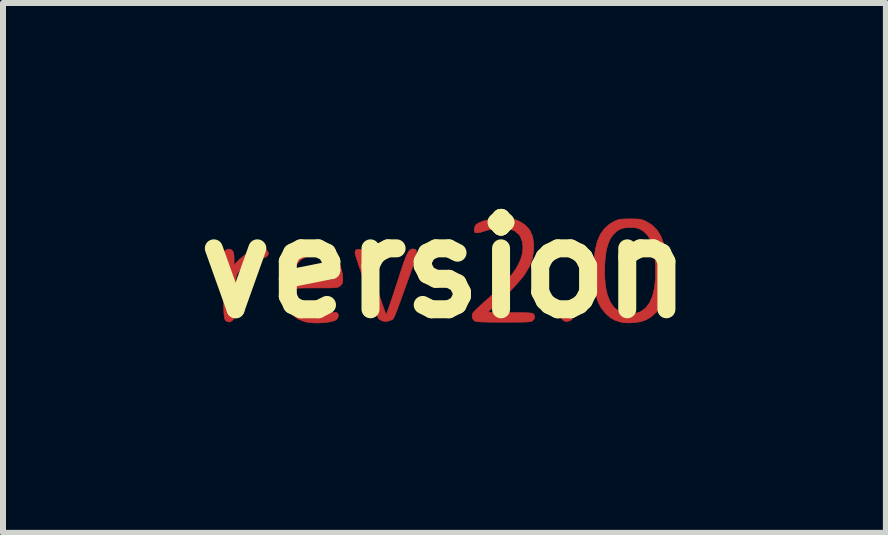
<source format=kicad_pcb>
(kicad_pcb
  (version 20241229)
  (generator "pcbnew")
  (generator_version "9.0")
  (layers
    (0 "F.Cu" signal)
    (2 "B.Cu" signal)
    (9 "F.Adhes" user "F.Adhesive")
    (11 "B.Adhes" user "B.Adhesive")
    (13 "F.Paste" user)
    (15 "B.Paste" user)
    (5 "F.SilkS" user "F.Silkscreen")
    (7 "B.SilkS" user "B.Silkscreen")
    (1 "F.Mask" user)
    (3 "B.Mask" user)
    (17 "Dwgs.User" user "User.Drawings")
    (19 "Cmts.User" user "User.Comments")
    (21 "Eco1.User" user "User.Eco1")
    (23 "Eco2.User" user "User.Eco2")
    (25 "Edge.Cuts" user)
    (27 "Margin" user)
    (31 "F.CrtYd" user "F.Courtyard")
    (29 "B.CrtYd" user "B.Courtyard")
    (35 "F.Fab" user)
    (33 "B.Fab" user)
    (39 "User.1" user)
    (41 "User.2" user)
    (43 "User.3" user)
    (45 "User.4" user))
  (footprint "version"
    (layer "F.Cu")
    (at 4.362 1.418)
    (property "Reference" "version" (at 0 0 0) (layer "F.SilkS") (effects (font (size 1.524 1.524) (thickness 0.3))))
    (attr through_hole)
    (fp_poly (pts (xy 2.086 0.588) (xy 2.119 0.613) (xy 2.132 0.641) (xy 2.14 0.69) (xy 2.144 0.747) (xy 2.142 0.802) (xy 2.135 0.843) (xy 2.131 0.852) (xy 2.1 0.877) (xy 2.054 0.891) (xy 2.011 0.89) (xy 2.008 0.889) (xy 1.97 0.867) (xy 1.948 0.834) (xy 1.939 0.782) (xy 1.94 0.729) (xy 1.944 0.672) (xy 1.954 0.636) (xy 1.971 0.612) (xy 1.986 0.599) (xy 2.037 0.578) (xy 2.086 0.588)) (stroke (width 0.01) (type solid)) (fill yes) (layer "F.Cu"))
    (fp_poly (pts (xy -2.988 -0.31) (xy -2.965 -0.296) (xy -2.964 -0.294) (xy -2.937 -0.254) (xy -2.941 -0.217) (xy -2.972 -0.185) (xy -3.029 -0.163) (xy -3.085 -0.153) (xy -3.203 -0.125) (xy -3.307 -0.071) (xy -3.394 0.007) (xy -3.45 0.087) (xy -3.462 0.111) (xy -3.47 0.136) (xy -3.477 0.169) (xy -3.482 0.213) (xy -3.486 0.274) (xy -3.489 0.356) (xy -3.492 0.463) (xy -3.492 0.498) (xy -3.495 0.611) (xy -3.498 0.697) (xy -3.501 0.76) (xy -3.504 0.804) (xy -3.51 0.833) (xy -3.517 0.852) (xy -3.526 0.864) (xy -3.538 0.875) (xy -3.568 0.897) (xy -3.591 0.902) (xy -3.619 0.894) (xy -3.636 0.887) (xy -3.649 0.877) (xy -3.66 0.861) (xy -3.668 0.835) (xy -3.674 0.797) (xy -3.678 0.744) (xy -3.681 0.671) (xy -3.682 0.577) (xy -3.683 0.458) (xy -3.683 0.311) (xy -3.683 0.285) (xy -3.683 0.138) (xy -3.683 0.019) (xy -3.682 -0.074) (xy -3.68 -0.146) (xy -3.678 -0.199) (xy -3.675 -0.236) (xy -3.67 -0.261) (xy -3.665 -0.277) (xy -3.658 -0.287) (xy -3.654 -0.291) (xy -3.609 -0.315) (xy -3.563 -0.309) (xy -3.535 -0.288) (xy -3.518 -0.257) (xy -3.51 -0.206) (xy -3.508 -0.154) (xy -3.508 -0.05) (xy -3.429 -0.134) (xy -3.327 -0.219) (xy -3.21 -0.279) (xy -3.083 -0.31) (xy -3.078 -0.311) (xy -3.023 -0.315) (xy -2.988 -0.31)) (stroke (width 0.01) (type solid)) (fill yes) (layer "F.Cu"))
    (fp_poly (pts (xy -0.512 -0.315) (xy -0.509 -0.314) (xy -0.488 -0.309) (xy -0.474 -0.297) (xy -0.467 -0.276) (xy -0.468 -0.242) (xy -0.478 -0.193) (xy -0.497 -0.125) (xy -0.525 -0.038) (xy -0.563 0.074) (xy -0.612 0.212) (xy -0.619 0.23) (xy -0.674 0.382) (xy -0.719 0.506) (xy -0.755 0.606) (xy -0.784 0.685) (xy -0.808 0.744) (xy -0.825 0.788) (xy -0.839 0.819) (xy -0.85 0.839) (xy -0.859 0.851) (xy -0.865 0.857) (xy -0.915 0.882) (xy -0.978 0.892) (xy -1.025 0.887) (xy -1.068 0.868) (xy -1.099 0.846) (xy -1.111 0.823) (xy -1.132 0.775) (xy -1.159 0.705) (xy -1.193 0.618) (xy -1.23 0.518) (xy -1.27 0.409) (xy -1.31 0.296) (xy -1.35 0.183) (xy -1.388 0.074) (xy -1.423 -0.027) (xy -1.452 -0.114) (xy -1.474 -0.185) (xy -1.488 -0.234) (xy -1.492 -0.256) (xy -1.485 -0.292) (xy -1.458 -0.31) (xy -1.454 -0.311) (xy -1.407 -0.309) (xy -1.358 -0.289) (xy -1.329 -0.264) (xy -1.322 -0.245) (xy -1.306 -0.199) (xy -1.282 -0.131) (xy -1.252 -0.044) (xy -1.218 0.06) (xy -1.18 0.175) (xy -1.15 0.266) (xy -1.11 0.387) (xy -1.073 0.498) (xy -1.04 0.595) (xy -1.012 0.675) (xy -0.99 0.734) (xy -0.976 0.769) (xy -0.972 0.778) (xy -0.964 0.763) (xy -0.949 0.721) (xy -0.926 0.657) (xy -0.897 0.572) (xy -0.863 0.471) (xy -0.826 0.357) (xy -0.794 0.26) (xy -0.746 0.111) (xy -0.706 -0.01) (xy -0.673 -0.106) (xy -0.645 -0.18) (xy -0.621 -0.235) (xy -0.599 -0.273) (xy -0.579 -0.298) (xy -0.558 -0.311) (xy -0.537 -0.316) (xy -0.512 -0.315)) (stroke (width 0.01) (type solid)) (fill yes) (layer "F.Cu"))
    (fp_poly (pts (xy 3.177 -0.817) (xy 3.236 -0.814) (xy 3.279 -0.808) (xy 3.317 -0.796) (xy 3.357 -0.779) (xy 3.368 -0.773) (xy 3.464 -0.713) (xy 3.543 -0.635) (xy 3.606 -0.536) (xy 3.652 -0.415) (xy 3.683 -0.271) (xy 3.7 -0.1) (xy 3.704 0.048) (xy 3.697 0.237) (xy 3.677 0.399) (xy 3.643 0.536) (xy 3.593 0.65) (xy 3.528 0.743) (xy 3.446 0.816) (xy 3.354 0.869) (xy 3.272 0.896) (xy 3.172 0.912) (xy 3.067 0.917) (xy 2.97 0.91) (xy 2.921 0.899) (xy 2.838 0.87) (xy 2.772 0.833) (xy 2.71 0.78) (xy 2.678 0.748) (xy 2.616 0.67) (xy 2.568 0.581) (xy 2.532 0.478) (xy 2.508 0.356) (xy 2.494 0.212) (xy 2.492 0.146) (xy 2.671 0.146) (xy 2.686 0.314) (xy 2.718 0.457) (xy 2.767 0.574) (xy 2.832 0.664) (xy 2.913 0.727) (xy 2.919 0.73) (xy 2.984 0.752) (xy 3.066 0.762) (xy 3.152 0.76) (xy 3.23 0.746) (xy 3.269 0.731) (xy 3.353 0.67) (xy 3.42 0.583) (xy 3.47 0.469) (xy 3.503 0.329) (xy 3.52 0.162) (xy 3.52 -0.03) (xy 3.519 -0.056) (xy 3.505 -0.216) (xy 3.479 -0.348) (xy 3.442 -0.456) (xy 3.391 -0.541) (xy 3.326 -0.606) (xy 3.287 -0.632) (xy 3.242 -0.655) (xy 3.199 -0.668) (xy 3.146 -0.674) (xy 3.096 -0.674) (xy 3.007 -0.669) (xy 2.939 -0.652) (xy 2.88 -0.617) (xy 2.83 -0.573) (xy 2.776 -0.506) (xy 2.735 -0.422) (xy 2.704 -0.318) (xy 2.683 -0.191) (xy 2.672 -0.047) (xy 2.671 0.146) (xy 2.492 0.146) (xy 2.49 0.04) (xy 2.49 0.04) (xy 2.496 -0.149) (xy 2.516 -0.31) (xy 2.55 -0.446) (xy 2.599 -0.56) (xy 2.664 -0.652) (xy 2.746 -0.726) (xy 2.82 -0.771) (xy 2.863 -0.791) (xy 2.9 -0.805) (xy 2.94 -0.812) (xy 2.991 -0.816) (xy 3.062 -0.818) (xy 3.096 -0.818) (xy 3.177 -0.817)) (stroke (width 0.01) (type solid)) (fill yes) (layer "F.Cu"))
    (fp_poly (pts (xy 1.047 -0.817) (xy 1.109 -0.815) (xy 1.154 -0.81) (xy 1.191 -0.802) (xy 1.226 -0.788) (xy 1.259 -0.772) (xy 1.353 -0.71) (xy 1.423 -0.63) (xy 1.468 -0.529) (xy 1.489 -0.409) (xy 1.488 -0.304) (xy 1.467 -0.164) (xy 1.419 -0.03) (xy 1.347 0.094) (xy 1.299 0.159) (xy 1.232 0.238) (xy 1.152 0.327) (xy 1.063 0.419) (xy 0.972 0.508) (xy 0.883 0.59) (xy 0.859 0.611) (xy 0.806 0.658) (xy 0.764 0.697) (xy 0.737 0.724) (xy 0.73 0.734) (xy 0.745 0.738) (xy 0.788 0.741) (xy 0.853 0.743) (xy 0.937 0.745) (xy 1.036 0.746) (xy 1.103 0.746) (xy 1.221 0.746) (xy 1.312 0.747) (xy 1.378 0.748) (xy 1.425 0.751) (xy 1.456 0.755) (xy 1.475 0.76) (xy 1.486 0.768) (xy 1.492 0.777) (xy 1.507 0.817) (xy 1.498 0.848) (xy 1.476 0.873) (xy 1.466 0.882) (xy 1.452 0.89) (xy 1.432 0.895) (xy 1.401 0.899) (xy 1.356 0.902) (xy 1.293 0.904) (xy 1.21 0.904) (xy 1.101 0.905) (xy 0.988 0.905) (xy 0.852 0.905) (xy 0.744 0.904) (xy 0.661 0.902) (xy 0.599 0.9) (xy 0.555 0.896) (xy 0.525 0.892) (xy 0.505 0.885) (xy 0.496 0.88) (xy 0.467 0.842) (xy 0.461 0.79) (xy 0.47 0.756) (xy 0.485 0.737) (xy 0.519 0.702) (xy 0.569 0.654) (xy 0.629 0.599) (xy 0.664 0.568) (xy 0.815 0.431) (xy 0.942 0.309) (xy 1.047 0.2) (xy 1.131 0.1) (xy 1.196 0.007) (xy 1.245 -0.082) (xy 1.28 -0.169) (xy 1.302 -0.257) (xy 1.309 -0.352) (xy 1.296 -0.445) (xy 1.265 -0.525) (xy 1.242 -0.558) (xy 1.172 -0.617) (xy 1.082 -0.653) (xy 0.974 -0.668) (xy 0.851 -0.661) (xy 0.717 -0.631) (xy 0.679 -0.619) (xy 0.599 -0.594) (xy 0.544 -0.584) (xy 0.51 -0.589) (xy 0.496 -0.61) (xy 0.497 -0.648) (xy 0.499 -0.656) (xy 0.51 -0.696) (xy 0.529 -0.724) (xy 0.563 -0.747) (xy 0.619 -0.771) (xy 0.648 -0.781) (xy 0.7 -0.797) (xy 0.749 -0.808) (xy 0.806 -0.814) (xy 0.879 -0.817) (xy 0.96 -0.817) (xy 1.047 -0.817)) (stroke (width 0.01) (type solid)) (fill yes) (layer "F.Cu"))
    (fp_poly (pts (xy -2.096 -0.327) (xy -2.009 -0.313) (xy -1.944 -0.29) (xy -1.857 -0.227) (xy -1.786 -0.141) (xy -1.735 -0.035) (xy -1.704 0.087) (xy -1.696 0.17) (xy -1.697 0.224) (xy -1.704 0.257) (xy -1.722 0.283) (xy -1.737 0.296) (xy -1.751 0.308) (xy -1.767 0.317) (xy -1.787 0.324) (xy -1.818 0.328) (xy -1.861 0.331) (xy -1.923 0.333) (xy -2.007 0.333) (xy -2.117 0.333) (xy -2.152 0.333) (xy -2.274 0.334) (xy -2.367 0.335) (xy -2.436 0.337) (xy -2.483 0.34) (xy -2.513 0.344) (xy -2.529 0.35) (xy -2.534 0.356) (xy -2.535 0.389) (xy -2.526 0.441) (xy -2.509 0.503) (xy -2.487 0.566) (xy -2.463 0.62) (xy -2.451 0.64) (xy -2.389 0.706) (xy -2.303 0.751) (xy -2.194 0.775) (xy -2.107 0.78) (xy -2.033 0.777) (xy -1.961 0.769) (xy -1.904 0.757) (xy -1.899 0.756) (xy -1.851 0.744) (xy -1.813 0.739) (xy -1.801 0.741) (xy -1.775 0.765) (xy -1.769 0.801) (xy -1.782 0.84) (xy -1.813 0.869) (xy -1.815 0.871) (xy -1.881 0.893) (xy -1.969 0.909) (xy -2.069 0.917) (xy -2.173 0.917) (xy -2.269 0.908) (xy -2.334 0.896) (xy -2.446 0.85) (xy -2.542 0.78) (xy -2.619 0.688) (xy -2.671 0.58) (xy -2.675 0.567) (xy -2.702 0.439) (xy -2.711 0.3) (xy -2.705 0.173) (xy -2.533 0.173) (xy -2.53 0.194) (xy -2.512 0.198) (xy -2.468 0.202) (xy -2.404 0.204) (xy -2.326 0.206) (xy -2.24 0.206) (xy -2.15 0.206) (xy -2.064 0.205) (xy -1.987 0.203) (xy -1.924 0.2) (xy -1.882 0.196) (xy -1.866 0.192) (xy -1.863 0.165) (xy -1.869 0.117) (xy -1.882 0.058) (xy -1.899 -0.002) (xy -1.92 -0.055) (xy -1.93 -0.074) (xy -1.984 -0.137) (xy -2.056 -0.18) (xy -2.14 -0.203) (xy -2.228 -0.204) (xy -2.314 -0.182) (xy -2.392 -0.138) (xy -2.41 -0.122) (xy -2.443 -0.085) (xy -2.474 -0.036) (xy -2.479 -0.027) (xy -2.498 0.019) (xy -2.515 0.075) (xy -2.527 0.13) (xy -2.533 0.173) (xy -2.705 0.173) (xy -2.704 0.159) (xy -2.68 0.027) (xy -2.648 -0.068) (xy -2.598 -0.15) (xy -2.525 -0.224) (xy -2.439 -0.282) (xy -2.369 -0.311) (xy -2.286 -0.327) (xy -2.192 -0.332) (xy -2.096 -0.327)) (stroke (width 0.01) (type solid)) (fill yes) (layer "F.Cu"))
    (fp_poly (pts (xy 2.086 0.588) (xy 2.119 0.613) (xy 2.132 0.641) (xy 2.14 0.69) (xy 2.144 0.747) (xy 2.142 0.802) (xy 2.135 0.843) (xy 2.131 0.852) (xy 2.1 0.877) (xy 2.054 0.891) (xy 2.011 0.89) (xy 2.008 0.889) (xy 1.97 0.867) (xy 1.948 0.834) (xy 1.939 0.782) (xy 1.94 0.729) (xy 1.944 0.672) (xy 1.954 0.636) (xy 1.971 0.612) (xy 1.986 0.599) (xy 2.037 0.578) (xy 2.086 0.588)) (stroke (width 0.01) (type solid)) (fill yes) (layer "F.Mask"))
    (fp_poly (pts (xy -2.988 -0.31) (xy -2.965 -0.296) (xy -2.964 -0.294) (xy -2.937 -0.254) (xy -2.941 -0.217) (xy -2.972 -0.185) (xy -3.029 -0.163) (xy -3.085 -0.153) (xy -3.203 -0.125) (xy -3.307 -0.071) (xy -3.394 0.007) (xy -3.45 0.087) (xy -3.462 0.111) (xy -3.47 0.136) (xy -3.477 0.169) (xy -3.482 0.213) (xy -3.486 0.274) (xy -3.489 0.356) (xy -3.492 0.463) (xy -3.492 0.498) (xy -3.495 0.611) (xy -3.498 0.697) (xy -3.501 0.76) (xy -3.504 0.804) (xy -3.51 0.833) (xy -3.517 0.852) (xy -3.526 0.864) (xy -3.538 0.875) (xy -3.568 0.897) (xy -3.591 0.902) (xy -3.619 0.894) (xy -3.636 0.887) (xy -3.649 0.877) (xy -3.66 0.861) (xy -3.668 0.835) (xy -3.674 0.797) (xy -3.678 0.744) (xy -3.681 0.671) (xy -3.682 0.577) (xy -3.683 0.458) (xy -3.683 0.311) (xy -3.683 0.285) (xy -3.683 0.138) (xy -3.683 0.019) (xy -3.682 -0.074) (xy -3.68 -0.146) (xy -3.678 -0.199) (xy -3.675 -0.236) (xy -3.67 -0.261) (xy -3.665 -0.277) (xy -3.658 -0.287) (xy -3.654 -0.291) (xy -3.609 -0.315) (xy -3.563 -0.309) (xy -3.535 -0.288) (xy -3.518 -0.257) (xy -3.51 -0.206) (xy -3.508 -0.154) (xy -3.508 -0.05) (xy -3.429 -0.134) (xy -3.327 -0.219) (xy -3.21 -0.279) (xy -3.083 -0.31) (xy -3.078 -0.311) (xy -3.023 -0.315) (xy -2.988 -0.31)) (stroke (width 0.01) (type solid)) (fill yes) (layer "F.Mask"))
    (fp_poly (pts (xy -0.512 -0.315) (xy -0.509 -0.314) (xy -0.488 -0.309) (xy -0.474 -0.297) (xy -0.467 -0.276) (xy -0.468 -0.242) (xy -0.478 -0.193) (xy -0.497 -0.125) (xy -0.525 -0.038) (xy -0.563 0.074) (xy -0.612 0.212) (xy -0.619 0.23) (xy -0.674 0.382) (xy -0.719 0.506) (xy -0.755 0.606) (xy -0.784 0.685) (xy -0.808 0.744) (xy -0.825 0.788) (xy -0.839 0.819) (xy -0.85 0.839) (xy -0.859 0.851) (xy -0.865 0.857) (xy -0.915 0.882) (xy -0.978 0.892) (xy -1.025 0.887) (xy -1.068 0.868) (xy -1.099 0.846) (xy -1.111 0.823) (xy -1.132 0.775) (xy -1.159 0.705) (xy -1.193 0.618) (xy -1.23 0.518) (xy -1.27 0.409) (xy -1.31 0.296) (xy -1.35 0.183) (xy -1.388 0.074) (xy -1.423 -0.027) (xy -1.452 -0.114) (xy -1.474 -0.185) (xy -1.488 -0.234) (xy -1.492 -0.256) (xy -1.485 -0.292) (xy -1.458 -0.31) (xy -1.454 -0.311) (xy -1.407 -0.309) (xy -1.358 -0.289) (xy -1.329 -0.264) (xy -1.322 -0.245) (xy -1.306 -0.199) (xy -1.282 -0.131) (xy -1.252 -0.044) (xy -1.218 0.06) (xy -1.18 0.175) (xy -1.15 0.266) (xy -1.11 0.387) (xy -1.073 0.498) (xy -1.04 0.595) (xy -1.012 0.675) (xy -0.99 0.734) (xy -0.976 0.769) (xy -0.972 0.778) (xy -0.964 0.763) (xy -0.949 0.721) (xy -0.926 0.657) (xy -0.897 0.572) (xy -0.863 0.471) (xy -0.826 0.357) (xy -0.794 0.26) (xy -0.746 0.111) (xy -0.706 -0.01) (xy -0.673 -0.106) (xy -0.645 -0.18) (xy -0.621 -0.235) (xy -0.599 -0.273) (xy -0.579 -0.298) (xy -0.558 -0.311) (xy -0.537 -0.316) (xy -0.512 -0.315)) (stroke (width 0.01) (type solid)) (fill yes) (layer "F.Mask"))
    (fp_poly (pts (xy 3.177 -0.817) (xy 3.236 -0.814) (xy 3.279 -0.808) (xy 3.317 -0.796) (xy 3.357 -0.779) (xy 3.368 -0.773) (xy 3.464 -0.713) (xy 3.543 -0.635) (xy 3.606 -0.536) (xy 3.652 -0.415) (xy 3.683 -0.271) (xy 3.7 -0.1) (xy 3.704 0.048) (xy 3.697 0.237) (xy 3.677 0.399) (xy 3.643 0.536) (xy 3.593 0.65) (xy 3.528 0.743) (xy 3.446 0.816) (xy 3.354 0.869) (xy 3.272 0.896) (xy 3.172 0.912) (xy 3.067 0.917) (xy 2.97 0.91) (xy 2.921 0.899) (xy 2.838 0.87) (xy 2.772 0.833) (xy 2.71 0.78) (xy 2.678 0.748) (xy 2.616 0.67) (xy 2.568 0.581) (xy 2.532 0.478) (xy 2.508 0.356) (xy 2.494 0.212) (xy 2.492 0.146) (xy 2.671 0.146) (xy 2.686 0.314) (xy 2.718 0.457) (xy 2.767 0.574) (xy 2.832 0.664) (xy 2.913 0.727) (xy 2.919 0.73) (xy 2.984 0.752) (xy 3.066 0.762) (xy 3.152 0.76) (xy 3.23 0.746) (xy 3.269 0.731) (xy 3.353 0.67) (xy 3.42 0.583) (xy 3.47 0.469) (xy 3.503 0.329) (xy 3.52 0.162) (xy 3.52 -0.03) (xy 3.519 -0.056) (xy 3.505 -0.216) (xy 3.479 -0.348) (xy 3.442 -0.456) (xy 3.391 -0.541) (xy 3.326 -0.606) (xy 3.287 -0.632) (xy 3.242 -0.655) (xy 3.199 -0.668) (xy 3.146 -0.674) (xy 3.096 -0.674) (xy 3.007 -0.669) (xy 2.939 -0.652) (xy 2.88 -0.617) (xy 2.83 -0.573) (xy 2.776 -0.506) (xy 2.735 -0.422) (xy 2.704 -0.318) (xy 2.683 -0.191) (xy 2.672 -0.047) (xy 2.671 0.146) (xy 2.492 0.146) (xy 2.49 0.04) (xy 2.49 0.04) (xy 2.496 -0.149) (xy 2.516 -0.31) (xy 2.55 -0.446) (xy 2.599 -0.56) (xy 2.664 -0.652) (xy 2.746 -0.726) (xy 2.82 -0.771) (xy 2.863 -0.791) (xy 2.9 -0.805) (xy 2.94 -0.812) (xy 2.991 -0.816) (xy 3.062 -0.818) (xy 3.096 -0.818) (xy 3.177 -0.817)) (stroke (width 0.01) (type solid)) (fill yes) (layer "F.Mask"))
    (fp_poly (pts (xy 1.047 -0.817) (xy 1.109 -0.815) (xy 1.154 -0.81) (xy 1.191 -0.802) (xy 1.226 -0.788) (xy 1.259 -0.772) (xy 1.353 -0.71) (xy 1.423 -0.63) (xy 1.468 -0.529) (xy 1.489 -0.409) (xy 1.488 -0.304) (xy 1.467 -0.164) (xy 1.419 -0.03) (xy 1.347 0.094) (xy 1.299 0.159) (xy 1.232 0.238) (xy 1.152 0.327) (xy 1.063 0.419) (xy 0.972 0.508) (xy 0.883 0.59) (xy 0.859 0.611) (xy 0.806 0.658) (xy 0.764 0.697) (xy 0.737 0.724) (xy 0.73 0.734) (xy 0.745 0.738) (xy 0.788 0.741) (xy 0.853 0.743) (xy 0.937 0.745) (xy 1.036 0.746) (xy 1.103 0.746) (xy 1.221 0.746) (xy 1.312 0.747) (xy 1.378 0.748) (xy 1.425 0.751) (xy 1.456 0.755) (xy 1.475 0.76) (xy 1.486 0.768) (xy 1.492 0.777) (xy 1.507 0.817) (xy 1.498 0.848) (xy 1.476 0.873) (xy 1.466 0.882) (xy 1.452 0.89) (xy 1.432 0.895) (xy 1.401 0.899) (xy 1.356 0.902) (xy 1.293 0.904) (xy 1.21 0.904) (xy 1.101 0.905) (xy 0.988 0.905) (xy 0.852 0.905) (xy 0.744 0.904) (xy 0.661 0.902) (xy 0.599 0.9) (xy 0.555 0.896) (xy 0.525 0.892) (xy 0.505 0.885) (xy 0.496 0.88) (xy 0.467 0.842) (xy 0.461 0.79) (xy 0.47 0.756) (xy 0.485 0.737) (xy 0.519 0.702) (xy 0.569 0.654) (xy 0.629 0.599) (xy 0.664 0.568) (xy 0.815 0.431) (xy 0.942 0.309) (xy 1.047 0.2) (xy 1.131 0.1) (xy 1.196 0.007) (xy 1.245 -0.082) (xy 1.28 -0.169) (xy 1.302 -0.257) (xy 1.309 -0.352) (xy 1.296 -0.445) (xy 1.265 -0.525) (xy 1.242 -0.558) (xy 1.172 -0.617) (xy 1.082 -0.653) (xy 0.974 -0.668) (xy 0.851 -0.661) (xy 0.717 -0.631) (xy 0.679 -0.619) (xy 0.599 -0.594) (xy 0.544 -0.584) (xy 0.51 -0.589) (xy 0.496 -0.61) (xy 0.497 -0.648) (xy 0.499 -0.656) (xy 0.51 -0.696) (xy 0.529 -0.724) (xy 0.563 -0.747) (xy 0.619 -0.771) (xy 0.648 -0.781) (xy 0.7 -0.797) (xy 0.749 -0.808) (xy 0.806 -0.814) (xy 0.879 -0.817) (xy 0.96 -0.817) (xy 1.047 -0.817)) (stroke (width 0.01) (type solid)) (fill yes) (layer "F.Mask"))
    (fp_poly (pts (xy -2.096 -0.327) (xy -2.009 -0.313) (xy -1.944 -0.29) (xy -1.857 -0.227) (xy -1.786 -0.141) (xy -1.735 -0.035) (xy -1.704 0.087) (xy -1.696 0.17) (xy -1.697 0.224) (xy -1.704 0.257) (xy -1.722 0.283) (xy -1.737 0.296) (xy -1.751 0.308) (xy -1.767 0.317) (xy -1.787 0.324) (xy -1.818 0.328) (xy -1.861 0.331) (xy -1.923 0.333) (xy -2.007 0.333) (xy -2.117 0.333) (xy -2.152 0.333) (xy -2.274 0.334) (xy -2.367 0.335) (xy -2.436 0.337) (xy -2.483 0.34) (xy -2.513 0.344) (xy -2.529 0.35) (xy -2.534 0.356) (xy -2.535 0.389) (xy -2.526 0.441) (xy -2.509 0.503) (xy -2.487 0.566) (xy -2.463 0.62) (xy -2.451 0.64) (xy -2.389 0.706) (xy -2.303 0.751) (xy -2.194 0.775) (xy -2.107 0.78) (xy -2.033 0.777) (xy -1.961 0.769) (xy -1.904 0.757) (xy -1.899 0.756) (xy -1.851 0.744) (xy -1.813 0.739) (xy -1.801 0.741) (xy -1.775 0.765) (xy -1.769 0.801) (xy -1.782 0.84) (xy -1.813 0.869) (xy -1.815 0.871) (xy -1.881 0.893) (xy -1.969 0.909) (xy -2.069 0.917) (xy -2.173 0.917) (xy -2.269 0.908) (xy -2.334 0.896) (xy -2.446 0.85) (xy -2.542 0.78) (xy -2.619 0.688) (xy -2.671 0.58) (xy -2.675 0.567) (xy -2.702 0.439) (xy -2.711 0.3) (xy -2.705 0.173) (xy -2.533 0.173) (xy -2.53 0.194) (xy -2.512 0.198) (xy -2.468 0.202) (xy -2.404 0.204) (xy -2.326 0.206) (xy -2.24 0.206) (xy -2.15 0.206) (xy -2.064 0.205) (xy -1.987 0.203) (xy -1.924 0.2) (xy -1.882 0.196) (xy -1.866 0.192) (xy -1.863 0.165) (xy -1.869 0.117) (xy -1.882 0.058) (xy -1.899 -0.002) (xy -1.92 -0.055) (xy -1.93 -0.074) (xy -1.984 -0.137) (xy -2.056 -0.18) (xy -2.14 -0.203) (xy -2.228 -0.204) (xy -2.314 -0.182) (xy -2.392 -0.138) (xy -2.41 -0.122) (xy -2.443 -0.085) (xy -2.474 -0.036) (xy -2.479 -0.027) (xy -2.498 0.019) (xy -2.515 0.075) (xy -2.527 0.13) (xy -2.533 0.173) (xy -2.705 0.173) (xy -2.704 0.159) (xy -2.68 0.027) (xy -2.648 -0.068) (xy -2.598 -0.15) (xy -2.525 -0.224) (xy -2.439 -0.282) (xy -2.369 -0.311) (xy -2.286 -0.327) (xy -2.192 -0.332) (xy -2.096 -0.327)) (stroke (width 0.01) (type solid)) (fill yes) (layer "F.Mask"))
    (fp_poly (pts (xy 2.086 0.588) (xy 2.119 0.613) (xy 2.132 0.641) (xy 2.14 0.69) (xy 2.144 0.747) (xy 2.142 0.802) (xy 2.135 0.843) (xy 2.131 0.852) (xy 2.1 0.877) (xy 2.054 0.891) (xy 2.011 0.89) (xy 2.008 0.889) (xy 1.97 0.867) (xy 1.948 0.834) (xy 1.939 0.782) (xy 1.94 0.729) (xy 1.944 0.672) (xy 1.954 0.636) (xy 1.971 0.612) (xy 1.986 0.599) (xy 2.037 0.578) (xy 2.086 0.588)) (stroke (width 0.01) (type solid)) (fill yes) (layer "F.Paste"))
    (fp_poly (pts (xy -2.988 -0.31) (xy -2.965 -0.296) (xy -2.964 -0.294) (xy -2.937 -0.254) (xy -2.941 -0.217) (xy -2.972 -0.185) (xy -3.029 -0.163) (xy -3.085 -0.153) (xy -3.203 -0.125) (xy -3.307 -0.071) (xy -3.394 0.007) (xy -3.45 0.087) (xy -3.462 0.111) (xy -3.47 0.136) (xy -3.477 0.169) (xy -3.482 0.213) (xy -3.486 0.274) (xy -3.489 0.356) (xy -3.492 0.463) (xy -3.492 0.498) (xy -3.495 0.611) (xy -3.498 0.697) (xy -3.501 0.76) (xy -3.504 0.804) (xy -3.51 0.833) (xy -3.517 0.852) (xy -3.526 0.864) (xy -3.538 0.875) (xy -3.568 0.897) (xy -3.591 0.902) (xy -3.619 0.894) (xy -3.636 0.887) (xy -3.649 0.877) (xy -3.66 0.861) (xy -3.668 0.835) (xy -3.674 0.797) (xy -3.678 0.744) (xy -3.681 0.671) (xy -3.682 0.577) (xy -3.683 0.458) (xy -3.683 0.311) (xy -3.683 0.285) (xy -3.683 0.138) (xy -3.683 0.019) (xy -3.682 -0.074) (xy -3.68 -0.146) (xy -3.678 -0.199) (xy -3.675 -0.236) (xy -3.67 -0.261) (xy -3.665 -0.277) (xy -3.658 -0.287) (xy -3.654 -0.291) (xy -3.609 -0.315) (xy -3.563 -0.309) (xy -3.535 -0.288) (xy -3.518 -0.257) (xy -3.51 -0.206) (xy -3.508 -0.154) (xy -3.508 -0.05) (xy -3.429 -0.134) (xy -3.327 -0.219) (xy -3.21 -0.279) (xy -3.083 -0.31) (xy -3.078 -0.311) (xy -3.023 -0.315) (xy -2.988 -0.31)) (stroke (width 0.01) (type solid)) (fill yes) (layer "F.Paste"))
    (fp_poly (pts (xy -0.512 -0.315) (xy -0.509 -0.314) (xy -0.488 -0.309) (xy -0.474 -0.297) (xy -0.467 -0.276) (xy -0.468 -0.242) (xy -0.478 -0.193) (xy -0.497 -0.125) (xy -0.525 -0.038) (xy -0.563 0.074) (xy -0.612 0.212) (xy -0.619 0.23) (xy -0.674 0.382) (xy -0.719 0.506) (xy -0.755 0.606) (xy -0.784 0.685) (xy -0.808 0.744) (xy -0.825 0.788) (xy -0.839 0.819) (xy -0.85 0.839) (xy -0.859 0.851) (xy -0.865 0.857) (xy -0.915 0.882) (xy -0.978 0.892) (xy -1.025 0.887) (xy -1.068 0.868) (xy -1.099 0.846) (xy -1.111 0.823) (xy -1.132 0.775) (xy -1.159 0.705) (xy -1.193 0.618) (xy -1.23 0.518) (xy -1.27 0.409) (xy -1.31 0.296) (xy -1.35 0.183) (xy -1.388 0.074) (xy -1.423 -0.027) (xy -1.452 -0.114) (xy -1.474 -0.185) (xy -1.488 -0.234) (xy -1.492 -0.256) (xy -1.485 -0.292) (xy -1.458 -0.31) (xy -1.454 -0.311) (xy -1.407 -0.309) (xy -1.358 -0.289) (xy -1.329 -0.264) (xy -1.322 -0.245) (xy -1.306 -0.199) (xy -1.282 -0.131) (xy -1.252 -0.044) (xy -1.218 0.06) (xy -1.18 0.175) (xy -1.15 0.266) (xy -1.11 0.387) (xy -1.073 0.498) (xy -1.04 0.595) (xy -1.012 0.675) (xy -0.99 0.734) (xy -0.976 0.769) (xy -0.972 0.778) (xy -0.964 0.763) (xy -0.949 0.721) (xy -0.926 0.657) (xy -0.897 0.572) (xy -0.863 0.471) (xy -0.826 0.357) (xy -0.794 0.26) (xy -0.746 0.111) (xy -0.706 -0.01) (xy -0.673 -0.106) (xy -0.645 -0.18) (xy -0.621 -0.235) (xy -0.599 -0.273) (xy -0.579 -0.298) (xy -0.558 -0.311) (xy -0.537 -0.316) (xy -0.512 -0.315)) (stroke (width 0.01) (type solid)) (fill yes) (layer "F.Paste"))
    (fp_poly (pts (xy 3.177 -0.817) (xy 3.236 -0.814) (xy 3.279 -0.808) (xy 3.317 -0.796) (xy 3.357 -0.779) (xy 3.368 -0.773) (xy 3.464 -0.713) (xy 3.543 -0.635) (xy 3.606 -0.536) (xy 3.652 -0.415) (xy 3.683 -0.271) (xy 3.7 -0.1) (xy 3.704 0.048) (xy 3.697 0.237) (xy 3.677 0.399) (xy 3.643 0.536) (xy 3.593 0.65) (xy 3.528 0.743) (xy 3.446 0.816) (xy 3.354 0.869) (xy 3.272 0.896) (xy 3.172 0.912) (xy 3.067 0.917) (xy 2.97 0.91) (xy 2.921 0.899) (xy 2.838 0.87) (xy 2.772 0.833) (xy 2.71 0.78) (xy 2.678 0.748) (xy 2.616 0.67) (xy 2.568 0.581) (xy 2.532 0.478) (xy 2.508 0.356) (xy 2.494 0.212) (xy 2.492 0.146) (xy 2.671 0.146) (xy 2.686 0.314) (xy 2.718 0.457) (xy 2.767 0.574) (xy 2.832 0.664) (xy 2.913 0.727) (xy 2.919 0.73) (xy 2.984 0.752) (xy 3.066 0.762) (xy 3.152 0.76) (xy 3.23 0.746) (xy 3.269 0.731) (xy 3.353 0.67) (xy 3.42 0.583) (xy 3.47 0.469) (xy 3.503 0.329) (xy 3.52 0.162) (xy 3.52 -0.03) (xy 3.519 -0.056) (xy 3.505 -0.216) (xy 3.479 -0.348) (xy 3.442 -0.456) (xy 3.391 -0.541) (xy 3.326 -0.606) (xy 3.287 -0.632) (xy 3.242 -0.655) (xy 3.199 -0.668) (xy 3.146 -0.674) (xy 3.096 -0.674) (xy 3.007 -0.669) (xy 2.939 -0.652) (xy 2.88 -0.617) (xy 2.83 -0.573) (xy 2.776 -0.506) (xy 2.735 -0.422) (xy 2.704 -0.318) (xy 2.683 -0.191) (xy 2.672 -0.047) (xy 2.671 0.146) (xy 2.492 0.146) (xy 2.49 0.04) (xy 2.49 0.04) (xy 2.496 -0.149) (xy 2.516 -0.31) (xy 2.55 -0.446) (xy 2.599 -0.56) (xy 2.664 -0.652) (xy 2.746 -0.726) (xy 2.82 -0.771) (xy 2.863 -0.791) (xy 2.9 -0.805) (xy 2.94 -0.812) (xy 2.991 -0.816) (xy 3.062 -0.818) (xy 3.096 -0.818) (xy 3.177 -0.817)) (stroke (width 0.01) (type solid)) (fill yes) (layer "F.Paste"))
    (fp_poly (pts (xy 1.047 -0.817) (xy 1.109 -0.815) (xy 1.154 -0.81) (xy 1.191 -0.802) (xy 1.226 -0.788) (xy 1.259 -0.772) (xy 1.353 -0.71) (xy 1.423 -0.63) (xy 1.468 -0.529) (xy 1.489 -0.409) (xy 1.488 -0.304) (xy 1.467 -0.164) (xy 1.419 -0.03) (xy 1.347 0.094) (xy 1.299 0.159) (xy 1.232 0.238) (xy 1.152 0.327) (xy 1.063 0.419) (xy 0.972 0.508) (xy 0.883 0.59) (xy 0.859 0.611) (xy 0.806 0.658) (xy 0.764 0.697) (xy 0.737 0.724) (xy 0.73 0.734) (xy 0.745 0.738) (xy 0.788 0.741) (xy 0.853 0.743) (xy 0.937 0.745) (xy 1.036 0.746) (xy 1.103 0.746) (xy 1.221 0.746) (xy 1.312 0.747) (xy 1.378 0.748) (xy 1.425 0.751) (xy 1.456 0.755) (xy 1.475 0.76) (xy 1.486 0.768) (xy 1.492 0.777) (xy 1.507 0.817) (xy 1.498 0.848) (xy 1.476 0.873) (xy 1.466 0.882) (xy 1.452 0.89) (xy 1.432 0.895) (xy 1.401 0.899) (xy 1.356 0.902) (xy 1.293 0.904) (xy 1.21 0.904) (xy 1.101 0.905) (xy 0.988 0.905) (xy 0.852 0.905) (xy 0.744 0.904) (xy 0.661 0.902) (xy 0.599 0.9) (xy 0.555 0.896) (xy 0.525 0.892) (xy 0.505 0.885) (xy 0.496 0.88) (xy 0.467 0.842) (xy 0.461 0.79) (xy 0.47 0.756) (xy 0.485 0.737) (xy 0.519 0.702) (xy 0.569 0.654) (xy 0.629 0.599) (xy 0.664 0.568) (xy 0.815 0.431) (xy 0.942 0.309) (xy 1.047 0.2) (xy 1.131 0.1) (xy 1.196 0.007) (xy 1.245 -0.082) (xy 1.28 -0.169) (xy 1.302 -0.257) (xy 1.309 -0.352) (xy 1.296 -0.445) (xy 1.265 -0.525) (xy 1.242 -0.558) (xy 1.172 -0.617) (xy 1.082 -0.653) (xy 0.974 -0.668) (xy 0.851 -0.661) (xy 0.717 -0.631) (xy 0.679 -0.619) (xy 0.599 -0.594) (xy 0.544 -0.584) (xy 0.51 -0.589) (xy 0.496 -0.61) (xy 0.497 -0.648) (xy 0.499 -0.656) (xy 0.51 -0.696) (xy 0.529 -0.724) (xy 0.563 -0.747) (xy 0.619 -0.771) (xy 0.648 -0.781) (xy 0.7 -0.797) (xy 0.749 -0.808) (xy 0.806 -0.814) (xy 0.879 -0.817) (xy 0.96 -0.817) (xy 1.047 -0.817)) (stroke (width 0.01) (type solid)) (fill yes) (layer "F.Paste"))
    (fp_poly (pts (xy -2.096 -0.327) (xy -2.009 -0.313) (xy -1.944 -0.29) (xy -1.857 -0.227) (xy -1.786 -0.141) (xy -1.735 -0.035) (xy -1.704 0.087) (xy -1.696 0.17) (xy -1.697 0.224) (xy -1.704 0.257) (xy -1.722 0.283) (xy -1.737 0.296) (xy -1.751 0.308) (xy -1.767 0.317) (xy -1.787 0.324) (xy -1.818 0.328) (xy -1.861 0.331) (xy -1.923 0.333) (xy -2.007 0.333) (xy -2.117 0.333) (xy -2.152 0.333) (xy -2.274 0.334) (xy -2.367 0.335) (xy -2.436 0.337) (xy -2.483 0.34) (xy -2.513 0.344) (xy -2.529 0.35) (xy -2.534 0.356) (xy -2.535 0.389) (xy -2.526 0.441) (xy -2.509 0.503) (xy -2.487 0.566) (xy -2.463 0.62) (xy -2.451 0.64) (xy -2.389 0.706) (xy -2.303 0.751) (xy -2.194 0.775) (xy -2.107 0.78) (xy -2.033 0.777) (xy -1.961 0.769) (xy -1.904 0.757) (xy -1.899 0.756) (xy -1.851 0.744) (xy -1.813 0.739) (xy -1.801 0.741) (xy -1.775 0.765) (xy -1.769 0.801) (xy -1.782 0.84) (xy -1.813 0.869) (xy -1.815 0.871) (xy -1.881 0.893) (xy -1.969 0.909) (xy -2.069 0.917) (xy -2.173 0.917) (xy -2.269 0.908) (xy -2.334 0.896) (xy -2.446 0.85) (xy -2.542 0.78) (xy -2.619 0.688) (xy -2.671 0.58) (xy -2.675 0.567) (xy -2.702 0.439) (xy -2.711 0.3) (xy -2.705 0.173) (xy -2.533 0.173) (xy -2.53 0.194) (xy -2.512 0.198) (xy -2.468 0.202) (xy -2.404 0.204) (xy -2.326 0.206) (xy -2.24 0.206) (xy -2.15 0.206) (xy -2.064 0.205) (xy -1.987 0.203) (xy -1.924 0.2) (xy -1.882 0.196) (xy -1.866 0.192) (xy -1.863 0.165) (xy -1.869 0.117) (xy -1.882 0.058) (xy -1.899 -0.002) (xy -1.92 -0.055) (xy -1.93 -0.074) (xy -1.984 -0.137) (xy -2.056 -0.18) (xy -2.14 -0.203) (xy -2.228 -0.204) (xy -2.314 -0.182) (xy -2.392 -0.138) (xy -2.41 -0.122) (xy -2.443 -0.085) (xy -2.474 -0.036) (xy -2.479 -0.027) (xy -2.498 0.019) (xy -2.515 0.075) (xy -2.527 0.13) (xy -2.533 0.173) (xy -2.705 0.173) (xy -2.704 0.159) (xy -2.68 0.027) (xy -2.648 -0.068) (xy -2.598 -0.15) (xy -2.525 -0.224) (xy -2.439 -0.282) (xy -2.369 -0.311) (xy -2.286 -0.327) (xy -2.192 -0.332) (xy -2.096 -0.327)) (stroke (width 0.01) (type solid)) (fill yes) (layer "F.Paste")))
  (gr_rect
    (start -3 -3)
    (end 11.723 5.836)
    (stroke (width 0.1) (type default))
    (fill no)
    (layer "Edge.Cuts")))
</source>
